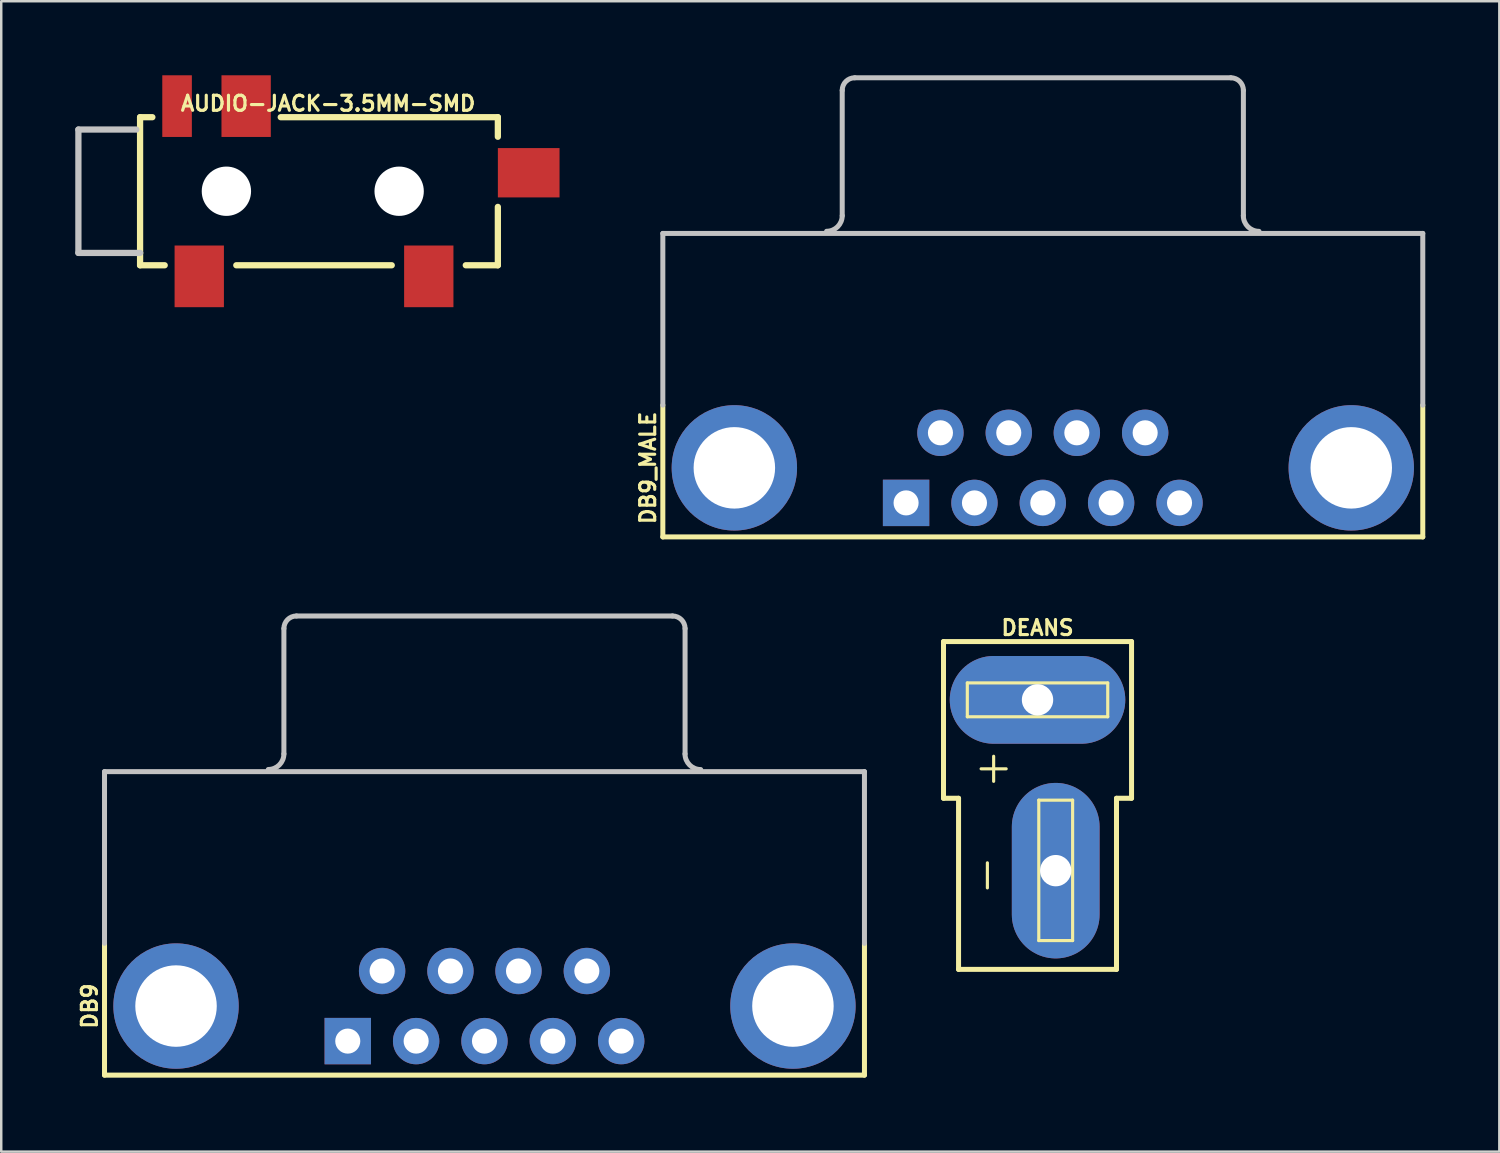
<source format=kicad_pcb>
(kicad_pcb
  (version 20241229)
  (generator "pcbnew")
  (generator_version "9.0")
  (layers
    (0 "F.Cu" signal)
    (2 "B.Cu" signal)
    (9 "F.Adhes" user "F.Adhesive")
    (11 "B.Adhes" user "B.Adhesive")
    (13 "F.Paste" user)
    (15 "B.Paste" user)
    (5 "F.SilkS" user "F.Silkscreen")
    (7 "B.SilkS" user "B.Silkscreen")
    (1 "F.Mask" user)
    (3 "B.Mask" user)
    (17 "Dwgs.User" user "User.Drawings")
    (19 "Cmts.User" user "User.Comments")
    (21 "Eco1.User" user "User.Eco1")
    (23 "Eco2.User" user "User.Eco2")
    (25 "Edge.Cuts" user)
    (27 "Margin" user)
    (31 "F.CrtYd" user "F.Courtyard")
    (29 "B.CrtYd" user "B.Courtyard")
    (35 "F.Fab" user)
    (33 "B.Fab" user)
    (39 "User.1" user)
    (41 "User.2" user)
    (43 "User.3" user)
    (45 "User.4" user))
  (footprint "DB9_MALE"
    (layer "F.Cu")
    (at 39.206 15.908)
    (property "Reference" "DB9_MALE" (at -16.002 0 90) (layer "F.SilkS") (effects (font (size 0.61 0.61) (thickness 0.127))))
    (attr exclude_from_pos_files exclude_from_bom)
    (fp_line (start -15.397 2.799) (end -15.397 -2.54) (stroke (width 0.203) (type solid)) (layer "F.SilkS"))
    (fp_line (start -15.397 2.799) (end 15.397 2.799) (stroke (width 0.203) (type solid)) (layer "F.SilkS"))
    (fp_line (start 15.397 2.799) (end 15.397 -2.54) (stroke (width 0.203) (type solid)) (layer "F.SilkS"))
    (fp_line (start -15.397 -9.5) (end 15.397 -9.5) (stroke (width 0.203) (type solid)) (layer "Dwgs.User"))
    (fp_line (start -15.397 -2.543) (end -15.397 -9.5) (stroke (width 0.203) (type solid)) (layer "Dwgs.User"))
    (fp_line (start -8.128 -10.218) (end -8.128 -15.298) (stroke (width 0.203) (type solid)) (layer "Dwgs.User"))
    (fp_line (start -7.62 -15.806) (end 7.62 -15.806) (stroke (width 0.203) (type solid)) (layer "Dwgs.User"))
    (fp_line (start 8.128 -10.218) (end 8.128 -15.298) (stroke (width 0.203) (type solid)) (layer "Dwgs.User"))
    (fp_line (start 15.397 -2.54) (end 15.397 -9.5) (stroke (width 0.203) (type solid)) (layer "Dwgs.User"))
    (fp_arc (start -8.128 -15.29842) (mid -7.97921 -15.65763) (end -7.62 -15.80642) (stroke (width 0.2032) (type solid)) (layer "Dwgs.User"))
    (fp_arc (start -8.128 -10.21842) (mid -8.313243 -9.771203) (end -8.76046 -9.58596) (stroke (width 0.2032) (type solid)) (layer "Dwgs.User"))
    (fp_arc (start 7.62 -15.80642) (mid 7.97921 -15.65763) (end 8.128 -15.29842) (stroke (width 0.2032) (type solid)) (layer "Dwgs.User"))
    (fp_arc (start 8.76046 -9.58342) (mid 8.311447 -9.769407) (end 8.12546 -10.21842) (stroke (width 0.2032) (type solid)) (layer "Dwgs.User"))
    (pad "1" thru_hole circle (at 5.54 1.42) (size 1.88 1.88) (drill 1.016) (layers "*.Cu" "*.Mask"))
    (pad "2" thru_hole circle (at 2.769 1.42) (size 1.88 1.88) (drill 1.016) (layers "*.Cu" "*.Mask"))
    (pad "3" thru_hole circle (at 0 1.42) (size 1.88 1.88) (drill 1.016) (layers "*.Cu" "*.Mask"))
    (pad "4" thru_hole circle (at -2.769 1.42) (size 1.88 1.88) (drill 1.016) (layers "*.Cu" "*.Mask"))
    (pad "5" thru_hole rect (at -5.54 1.42) (size 1.88 1.88) (drill 1.016) (layers "*.Cu" "*.Mask"))
    (pad "6" thru_hole circle (at 4.148 -1.42) (size 1.88 1.88) (drill 1.016) (layers "*.Cu" "*.Mask"))
    (pad "7" thru_hole circle (at 1.379 -1.42) (size 1.88 1.88) (drill 1.016) (layers "*.Cu" "*.Mask"))
    (pad "8" thru_hole circle (at -1.379 -1.42) (size 1.88 1.88) (drill 1.016) (layers "*.Cu" "*.Mask"))
    (pad "9" thru_hole circle (at -4.148 -1.42) (size 1.88 1.88) (drill 1.016) (layers "*.Cu" "*.Mask"))
    (pad "G1" thru_hole circle (at -12.499 0) (size 5.08 5.08) (drill 3.302) (layers "*.Cu" "*.Mask"))
    (pad "G2" thru_hole circle (at 12.499 0) (size 5.08 5.08) (drill 3.302) (layers "*.Cu" "*.Mask")))
  (footprint "AUDIO-JACK-3.5MM-SMD"
    (layer "F.Cu")
    (at 2.626 4.699)
    (property "Reference" "AUDIO-JACK-3.5MM-SMD" (at 7.62 -3.556 0) (layer "F.SilkS") (effects (font (size 0.61 0.61) (thickness 0.127))))
    (attr smd)
    (fp_line (start 0 -3) (end 0 2.499) (stroke (width 0.254) (type solid)) (layer "F.SilkS"))
    (fp_line (start 0 2.499) (end 0 3) (stroke (width 0.254) (type solid)) (layer "F.SilkS"))
    (fp_line (start 0 3) (end 0.998 3) (stroke (width 0.254) (type solid)) (layer "F.SilkS"))
    (fp_line (start 0.498 -3) (end 0 -3) (stroke (width 0.254) (type solid)) (layer "F.SilkS"))
    (fp_line (start 3.899 3) (end 10.198 3) (stroke (width 0.254) (type solid)) (layer "F.SilkS"))
    (fp_line (start 14.498 -3) (end 5.7 -3) (stroke (width 0.254) (type solid)) (layer "F.SilkS"))
    (fp_line (start 14.498 -2.207) (end 14.498 -3) (stroke (width 0.254) (type solid)) (layer "F.SilkS"))
    (fp_line (start 14.498 0.635) (end 14.498 3) (stroke (width 0.254) (type solid)) (layer "F.SilkS"))
    (fp_line (start 14.498 3) (end 13.198 3) (stroke (width 0.254) (type solid)) (layer "F.SilkS"))
    (fp_line (start -2.499 -2.499) (end -2.499 2.499) (stroke (width 0.254) (type solid)) (layer "Dwgs.User"))
    (fp_line (start -2.499 2.499) (end 0 2.499) (stroke (width 0.254) (type solid)) (layer "Dwgs.User"))
    (fp_line (start -0.152 -2.499) (end -2.499 -2.499) (stroke (width 0.254) (type solid)) (layer "Dwgs.User"))
    (pad "" np_thru_hole circle (at 3.498 0) (size 1.999 1.999) (drill 1.999) (layers "*.Cu" "*.Mask"))
    (pad "" np_thru_hole circle (at 10.498 0) (size 1.999 1.999) (drill 1.999) (layers "*.Cu" "*.Mask"))
    (pad "RING" smd rect (at 4.298 -3.449) (size 1.999 2.499) (layers "F.Cu" "F.Mask" "F.Paste"))
    (pad "RSH" smd rect (at 1.499 -3.449 180) (size 1.199 2.499) (layers "F.Cu" "F.Mask" "F.Paste"))
    (pad "SLEE" smd rect (at 2.398 3.449) (size 1.999 2.499) (layers "F.Cu" "F.Mask" "F.Paste"))
    (pad "TIP" smd rect (at 11.699 3.449) (size 1.999 2.499) (layers "F.Cu" "F.Mask" "F.Paste"))
    (pad "TSH" smd rect (at 15.748 -0.749 90) (size 1.999 2.499) (layers "F.Cu" "F.Mask" "F.Paste")))
  (footprint "DB9"
    (layer "F.Cu")
    (at 16.582 37.717)
    (property "Reference" "DB9" (at -16.002 0 90) (layer "F.SilkS") (effects (font (size 0.61 0.61) (thickness 0.127))))
    (attr exclude_from_pos_files exclude_from_bom)
    (fp_line (start -15.397 2.799) (end -15.397 -2.54) (stroke (width 0.203) (type solid)) (layer "F.SilkS"))
    (fp_line (start -15.397 2.799) (end 15.397 2.799) (stroke (width 0.203) (type solid)) (layer "F.SilkS"))
    (fp_line (start 15.397 2.799) (end 15.397 -2.54) (stroke (width 0.203) (type solid)) (layer "F.SilkS"))
    (fp_line (start -15.397 -9.5) (end 15.397 -9.5) (stroke (width 0.203) (type solid)) (layer "Dwgs.User"))
    (fp_line (start -15.397 -2.543) (end -15.397 -9.5) (stroke (width 0.203) (type solid)) (layer "Dwgs.User"))
    (fp_line (start -8.128 -10.218) (end -8.128 -15.298) (stroke (width 0.203) (type solid)) (layer "Dwgs.User"))
    (fp_line (start -7.62 -15.806) (end 7.62 -15.806) (stroke (width 0.203) (type solid)) (layer "Dwgs.User"))
    (fp_line (start 8.128 -10.218) (end 8.128 -15.298) (stroke (width 0.203) (type solid)) (layer "Dwgs.User"))
    (fp_line (start 15.397 -2.54) (end 15.397 -9.5) (stroke (width 0.203) (type solid)) (layer "Dwgs.User"))
    (fp_arc (start -8.128 -15.29842) (mid -7.97921 -15.65763) (end -7.62 -15.80642) (stroke (width 0.2032) (type solid)) (layer "Dwgs.User"))
    (fp_arc (start -8.128 -10.21842) (mid -8.313243 -9.771203) (end -8.76046 -9.58596) (stroke (width 0.2032) (type solid)) (layer "Dwgs.User"))
    (fp_arc (start 7.62 -15.80642) (mid 7.97921 -15.65763) (end 8.128 -15.29842) (stroke (width 0.2032) (type solid)) (layer "Dwgs.User"))
    (fp_arc (start 8.76046 -9.58342) (mid 8.311447 -9.769407) (end 8.12546 -10.21842) (stroke (width 0.2032) (type solid)) (layer "Dwgs.User"))
    (pad "1" thru_hole rect (at -5.54 1.42) (size 1.88 1.88) (drill 1.016) (layers "*.Cu" "*.Mask"))
    (pad "2" thru_hole circle (at -2.769 1.42) (size 1.88 1.88) (drill 1.016) (layers "*.Cu" "*.Mask"))
    (pad "3" thru_hole circle (at 0 1.42) (size 1.88 1.88) (drill 1.016) (layers "*.Cu" "*.Mask"))
    (pad "4" thru_hole circle (at 2.769 1.42) (size 1.88 1.88) (drill 1.016) (layers "*.Cu" "*.Mask"))
    (pad "5" thru_hole circle (at 5.54 1.42) (size 1.88 1.88) (drill 1.016) (layers "*.Cu" "*.Mask"))
    (pad "6" thru_hole circle (at -4.148 -1.42) (size 1.88 1.88) (drill 1.016) (layers "*.Cu" "*.Mask"))
    (pad "7" thru_hole circle (at -1.379 -1.42) (size 1.88 1.88) (drill 1.016) (layers "*.Cu" "*.Mask"))
    (pad "8" thru_hole circle (at 1.379 -1.42) (size 1.88 1.88) (drill 1.016) (layers "*.Cu" "*.Mask"))
    (pad "9" thru_hole circle (at 4.148 -1.42) (size 1.88 1.88) (drill 1.016) (layers "*.Cu" "*.Mask"))
    (pad "G1" thru_hole circle (at -12.499 0) (size 5.08 5.08) (drill 3.302) (layers "*.Cu" "*.Mask"))
    (pad "G2" thru_hole circle (at 12.499 0) (size 5.08 5.08) (drill 3.302) (layers "*.Cu" "*.Mask")))
  (footprint "DEANS"
    (layer "F.Cu")
    (at 38.992 25.309)
    (property "Reference" "DEANS" (at 0 -2.921 0) (layer "F.SilkS") (effects (font (size 0.61 0.61) (thickness 0.127))))
    (attr exclude_from_pos_files exclude_from_bom)
    (fp_line (start -3.81 -2.362) (end 3.81 -2.362) (stroke (width 0.203) (type solid)) (layer "F.SilkS"))
    (fp_line (start -3.81 3.988) (end -3.81 -2.362) (stroke (width 0.203) (type solid)) (layer "F.SilkS"))
    (fp_line (start -3.81 3.988) (end -3.2 3.988) (stroke (width 0.203) (type solid)) (layer "F.SilkS"))
    (fp_line (start -3.2 10.922) (end -3.2 3.988) (stroke (width 0.203) (type solid)) (layer "F.SilkS"))
    (fp_line (start -3.2 10.922) (end 3.2 10.922) (stroke (width 0.203) (type solid)) (layer "F.SilkS"))
    (fp_line (start -2.845 -0.686) (end 2.845 -0.686) (stroke (width 0.127) (type solid)) (layer "F.SilkS"))
    (fp_line (start -2.845 0.686) (end -2.845 -0.686) (stroke (width 0.127) (type solid)) (layer "F.SilkS"))
    (fp_line (start -2.286 2.794) (end -1.27 2.794) (stroke (width 0.127) (type solid)) (layer "F.SilkS"))
    (fp_line (start -2.032 7.62) (end -2.032 6.604) (stroke (width 0.127) (type solid)) (layer "F.SilkS"))
    (fp_line (start -1.778 2.286) (end -1.778 3.302) (stroke (width 0.127) (type solid)) (layer "F.SilkS"))
    (fp_line (start 0.051 4.064) (end 1.422 4.064) (stroke (width 0.127) (type solid)) (layer "F.SilkS"))
    (fp_line (start 0.051 9.754) (end 0.051 4.064) (stroke (width 0.127) (type solid)) (layer "F.SilkS"))
    (fp_line (start 0.051 9.754) (end 1.422 9.754) (stroke (width 0.127) (type solid)) (layer "F.SilkS"))
    (fp_line (start 1.422 4.064) (end 1.422 9.754) (stroke (width 0.127) (type solid)) (layer "F.SilkS"))
    (fp_line (start 2.845 0.686) (end -2.845 0.686) (stroke (width 0.127) (type solid)) (layer "F.SilkS"))
    (fp_line (start 2.845 0.686) (end 2.845 -0.686) (stroke (width 0.127) (type solid)) (layer "F.SilkS"))
    (fp_line (start 3.2 3.988) (end 3.81 3.988) (stroke (width 0.203) (type solid)) (layer "F.SilkS"))
    (fp_line (start 3.2 10.922) (end 3.2 3.988) (stroke (width 0.203) (type solid)) (layer "F.SilkS"))
    (fp_line (start 3.81 3.988) (end 3.81 -2.362) (stroke (width 0.203) (type solid)) (layer "F.SilkS"))
    (pad "+" thru_hole oval (at 0 0 90) (size 3.556 7.112) (drill 1.27) (layers "*.Cu" "*.Mask"))
    (pad "-" thru_hole oval (at 0.737 6.921 180) (size 3.556 7.112) (drill 1.27) (layers "*.Cu" "*.Mask")))
  (gr_rect
    (start -3 -3)
    (end 57.705 43.617)
    (stroke (width 0.1) (type default))
    (fill no)
    (layer "Edge.Cuts")))
</source>
